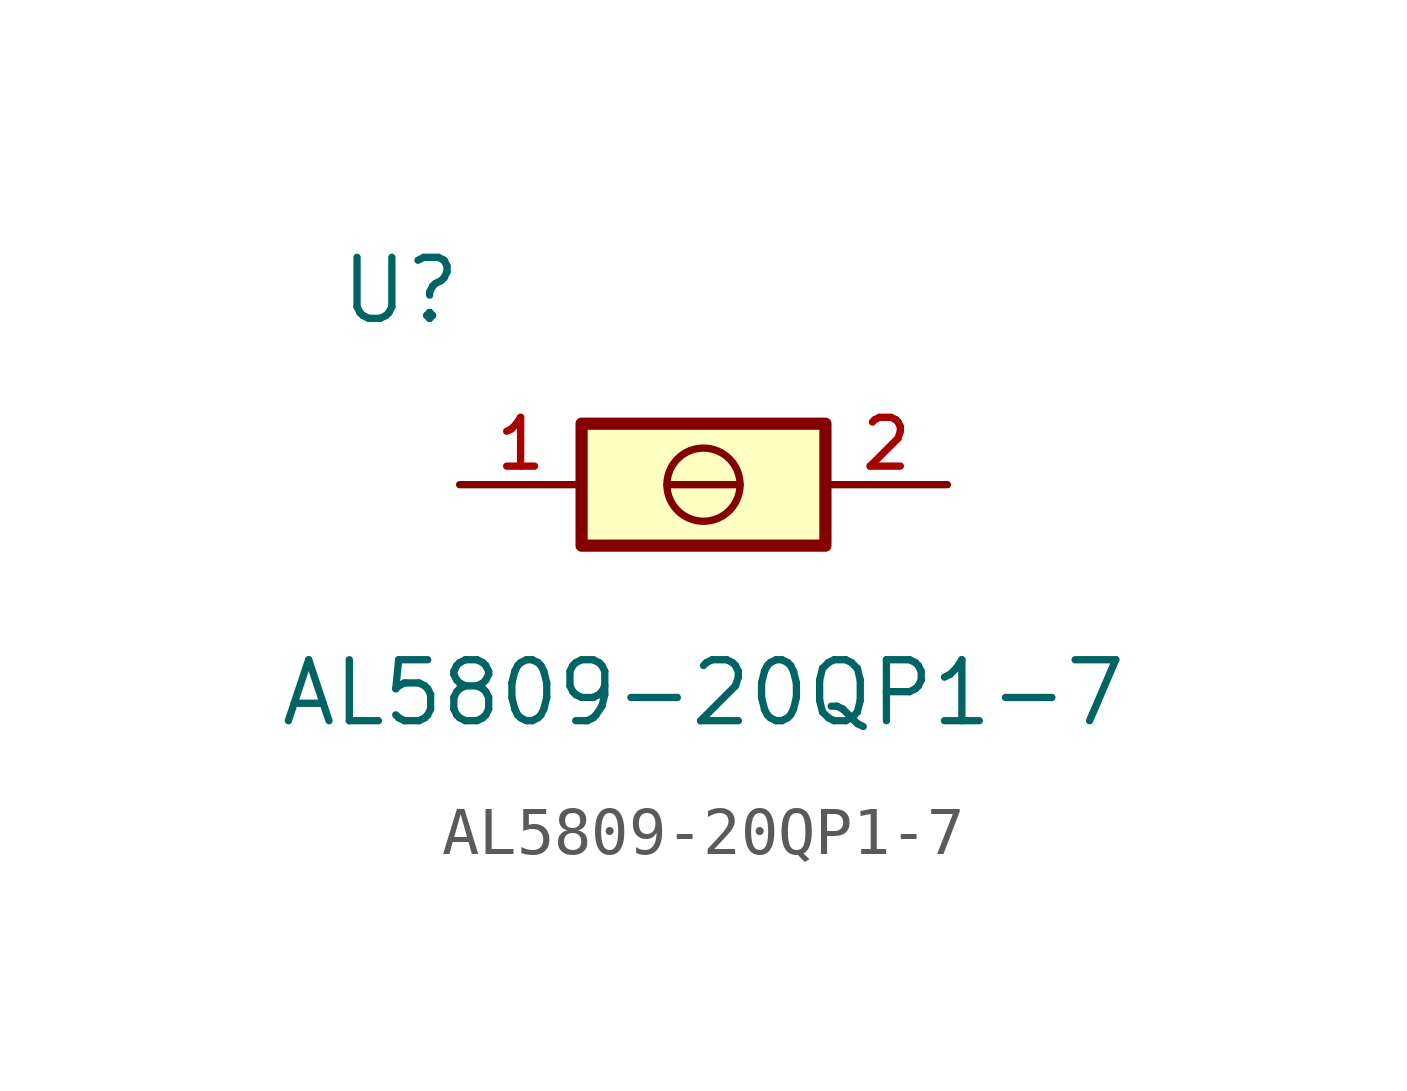
<source format=kicad_sym>
(kicad_symbol_lib
  (version 20220914)
  (generator kicad_symbol_editor)
  (symbol "AL5809-20QP1-7"
    (pin_names
      (offset 1.016) hide)
    (property "Reference" "U"
      (at -7.62 3.302 0)
      (effects (font (size 1.27 1.27)) (justify left bottom)))
    (property "Value" "AL5809-20QP1-7"
      (at 0 -5.08 0)
      (effects (font (size 1.27 1.27)) (justify bottom)))
    (symbol "AL5809-20QP1-7_0_0"
      (rectangle (start -2.54 1.27) (end 2.54 -1.27) (stroke (width 0.254) (type default)) (fill (type background))))
    (symbol "AL5809-20QP1-7_0_1"
      (polyline (pts (xy -0.762 0) (xy 0.762 0)) (stroke (width 0) (type default)) (fill (type none)))
      (circle (center 0 0) (radius 0.762) (stroke (width 0) (type default)) (fill (type none))))
    (symbol "AL5809-20QP1-7_1_0"
      (pin input line (at -5.08 0 0) (length 2.54) (name "IN" (effects (font (size 1.016 1.016)))) (number "1" (effects (font (size 1.016 1.016)))))
      (pin output line (at 5.08 0 180) (length 2.54) (name "OUT" (effects (font (size 1.016 1.016)))) (number "2" (effects (font (size 1.016 1.016))))))))
</source>
